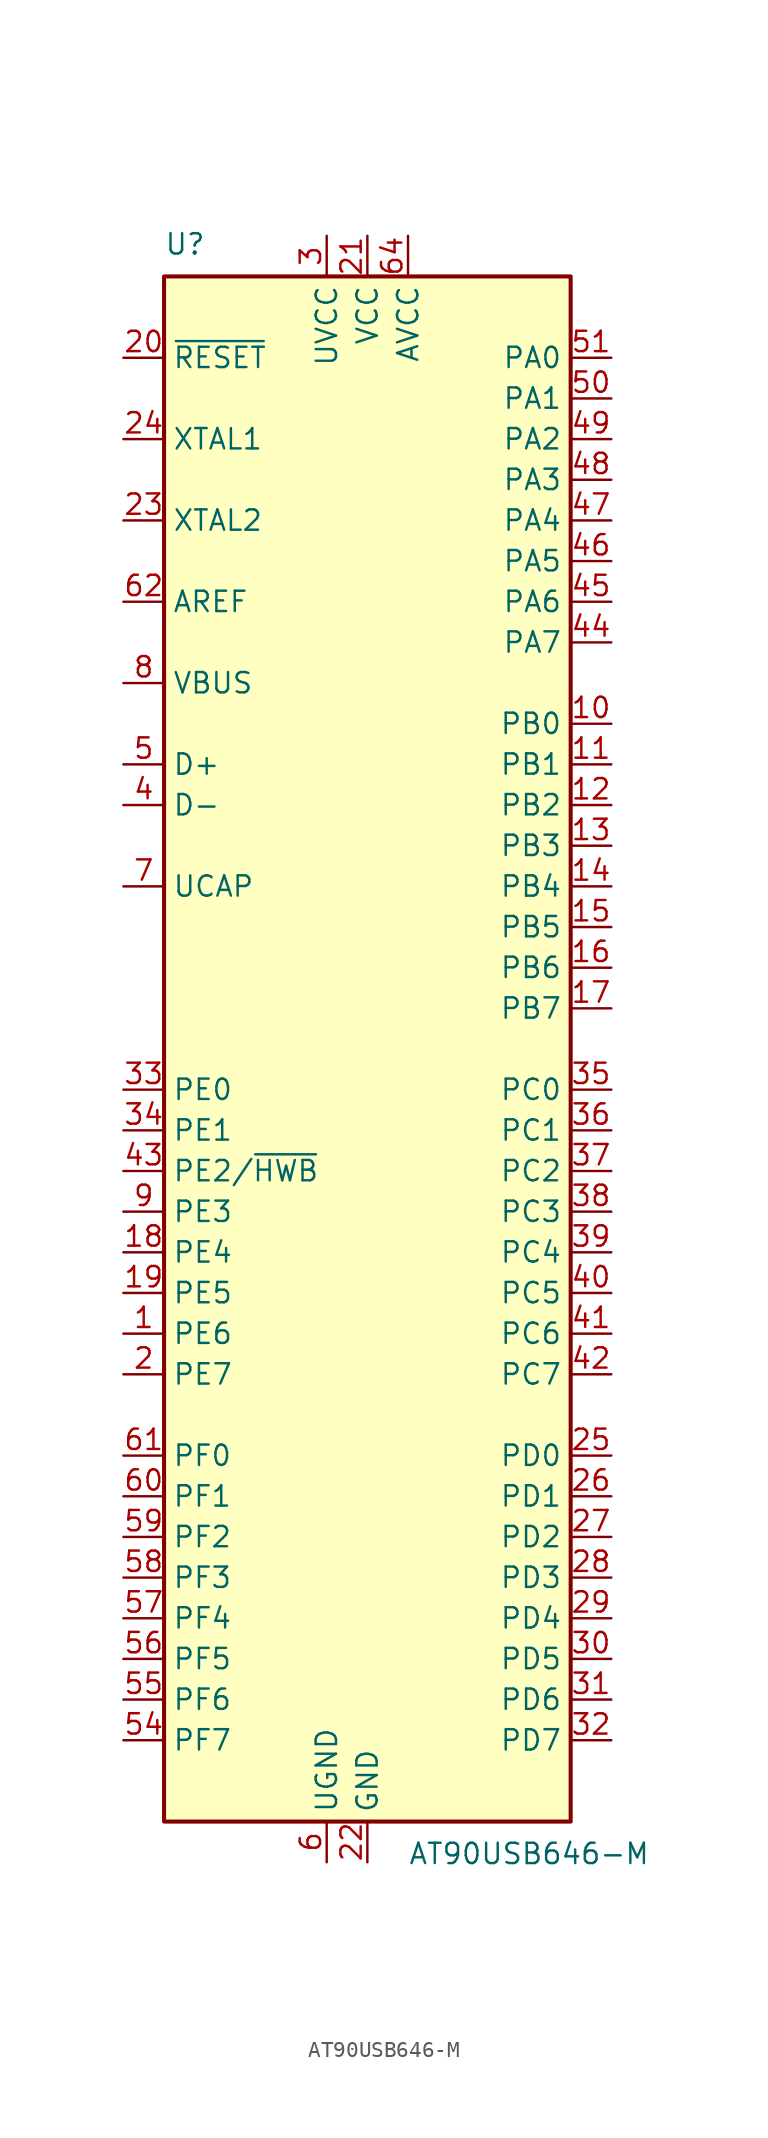
<source format=kicad_sym>
(kicad_symbol_lib
  (version 20201005)
  (generator kicad_symbol_editor)
  (symbol "MCU_Microchip_AVR:AT90USB646-M"
    (property "Reference" "U"
      (at -12.7 49.53 0)
      (effects (font (size 1.27 1.27)) (justify left bottom)))
    (property "Value" "AT90USB646-M"
      (at 2.54 -49.53 0)
      (effects (font (size 1.27 1.27)) (justify left top)))
    (symbol "AT90USB646-M_0_1"
      (rectangle (start -12.7 -48.26) (end 12.7 48.26) (stroke (width 0.254)) (fill (type background))))
    (symbol "AT90USB646-M_1_1"
      (pin bidirectional line (at -15.24 -17.78 0) (length 2.54) (name "PE6" (effects (font (size 1.27 1.27)))) (number "1" (effects (font (size 1.27 1.27)))))
      (pin bidirectional line (at 15.24 20.32 180) (length 2.54) (name "PB0" (effects (font (size 1.27 1.27)))) (number "10" (effects (font (size 1.27 1.27)))))
      (pin bidirectional line (at 15.24 17.78 180) (length 2.54) (name "PB1" (effects (font (size 1.27 1.27)))) (number "11" (effects (font (size 1.27 1.27)))))
      (pin bidirectional line (at 15.24 15.24 180) (length 2.54) (name "PB2" (effects (font (size 1.27 1.27)))) (number "12" (effects (font (size 1.27 1.27)))))
      (pin bidirectional line (at 15.24 12.7 180) (length 2.54) (name "PB3" (effects (font (size 1.27 1.27)))) (number "13" (effects (font (size 1.27 1.27)))))
      (pin bidirectional line (at 15.24 10.16 180) (length 2.54) (name "PB4" (effects (font (size 1.27 1.27)))) (number "14" (effects (font (size 1.27 1.27)))))
      (pin bidirectional line (at 15.24 7.62 180) (length 2.54) (name "PB5" (effects (font (size 1.27 1.27)))) (number "15" (effects (font (size 1.27 1.27)))))
      (pin bidirectional line (at 15.24 5.08 180) (length 2.54) (name "PB6" (effects (font (size 1.27 1.27)))) (number "16" (effects (font (size 1.27 1.27)))))
      (pin bidirectional line (at 15.24 2.54 180) (length 2.54) (name "PB7" (effects (font (size 1.27 1.27)))) (number "17" (effects (font (size 1.27 1.27)))))
      (pin bidirectional line (at -15.24 -12.7 0) (length 2.54) (name "PE4" (effects (font (size 1.27 1.27)))) (number "18" (effects (font (size 1.27 1.27)))))
      (pin bidirectional line (at -15.24 -15.24 0) (length 2.54) (name "PE5" (effects (font (size 1.27 1.27)))) (number "19" (effects (font (size 1.27 1.27)))))
      (pin bidirectional line (at -15.24 -20.32 0) (length 2.54) (name "PE7" (effects (font (size 1.27 1.27)))) (number "2" (effects (font (size 1.27 1.27)))))
      (pin input line (at -15.24 43.18 0) (length 2.54) (name "~RESET" (effects (font (size 1.27 1.27)))) (number "20" (effects (font (size 1.27 1.27)))))
      (pin power_in line (at 0 50.8 270) (length 2.54) (name "VCC" (effects (font (size 1.27 1.27)))) (number "21" (effects (font (size 1.27 1.27)))))
      (pin power_in line (at 0 -50.8 90) (length 2.54) (name "GND" (effects (font (size 1.27 1.27)))) (number "22" (effects (font (size 1.27 1.27)))))
      (pin output line (at -15.24 33.02 0) (length 2.54) (name "XTAL2" (effects (font (size 1.27 1.27)))) (number "23" (effects (font (size 1.27 1.27)))))
      (pin input line (at -15.24 38.1 0) (length 2.54) (name "XTAL1" (effects (font (size 1.27 1.27)))) (number "24" (effects (font (size 1.27 1.27)))))
      (pin bidirectional line (at 15.24 -25.4 180) (length 2.54) (name "PD0" (effects (font (size 1.27 1.27)))) (number "25" (effects (font (size 1.27 1.27)))))
      (pin bidirectional line (at 15.24 -27.94 180) (length 2.54) (name "PD1" (effects (font (size 1.27 1.27)))) (number "26" (effects (font (size 1.27 1.27)))))
      (pin bidirectional line (at 15.24 -30.48 180) (length 2.54) (name "PD2" (effects (font (size 1.27 1.27)))) (number "27" (effects (font (size 1.27 1.27)))))
      (pin bidirectional line (at 15.24 -33.02 180) (length 2.54) (name "PD3" (effects (font (size 1.27 1.27)))) (number "28" (effects (font (size 1.27 1.27)))))
      (pin bidirectional line (at 15.24 -35.56 180) (length 2.54) (name "PD4" (effects (font (size 1.27 1.27)))) (number "29" (effects (font (size 1.27 1.27)))))
      (pin power_in line (at -2.54 50.8 270) (length 2.54) (name "UVCC" (effects (font (size 1.27 1.27)))) (number "3" (effects (font (size 1.27 1.27)))))
      (pin bidirectional line (at 15.24 -38.1 180) (length 2.54) (name "PD5" (effects (font (size 1.27 1.27)))) (number "30" (effects (font (size 1.27 1.27)))))
      (pin bidirectional line (at 15.24 -40.64 180) (length 2.54) (name "PD6" (effects (font (size 1.27 1.27)))) (number "31" (effects (font (size 1.27 1.27)))))
      (pin bidirectional line (at 15.24 -43.18 180) (length 2.54) (name "PD7" (effects (font (size 1.27 1.27)))) (number "32" (effects (font (size 1.27 1.27)))))
      (pin bidirectional line (at -15.24 -2.54 0) (length 2.54) (name "PE0" (effects (font (size 1.27 1.27)))) (number "33" (effects (font (size 1.27 1.27)))))
      (pin bidirectional line (at -15.24 -5.08 0) (length 2.54) (name "PE1" (effects (font (size 1.27 1.27)))) (number "34" (effects (font (size 1.27 1.27)))))
      (pin bidirectional line (at 15.24 -2.54 180) (length 2.54) (name "PC0" (effects (font (size 1.27 1.27)))) (number "35" (effects (font (size 1.27 1.27)))))
      (pin bidirectional line (at 15.24 -5.08 180) (length 2.54) (name "PC1" (effects (font (size 1.27 1.27)))) (number "36" (effects (font (size 1.27 1.27)))))
      (pin bidirectional line (at 15.24 -7.62 180) (length 2.54) (name "PC2" (effects (font (size 1.27 1.27)))) (number "37" (effects (font (size 1.27 1.27)))))
      (pin bidirectional line (at 15.24 -10.16 180) (length 2.54) (name "PC3" (effects (font (size 1.27 1.27)))) (number "38" (effects (font (size 1.27 1.27)))))
      (pin bidirectional line (at 15.24 -12.7 180) (length 2.54) (name "PC4" (effects (font (size 1.27 1.27)))) (number "39" (effects (font (size 1.27 1.27)))))
      (pin bidirectional line (at -15.24 15.24 0) (length 2.54) (name "D-" (effects (font (size 1.27 1.27)))) (number "4" (effects (font (size 1.27 1.27)))))
      (pin bidirectional line (at 15.24 -15.24 180) (length 2.54) (name "PC5" (effects (font (size 1.27 1.27)))) (number "40" (effects (font (size 1.27 1.27)))))
      (pin bidirectional line (at 15.24 -17.78 180) (length 2.54) (name "PC6" (effects (font (size 1.27 1.27)))) (number "41" (effects (font (size 1.27 1.27)))))
      (pin bidirectional line (at 15.24 -20.32 180) (length 2.54) (name "PC7" (effects (font (size 1.27 1.27)))) (number "42" (effects (font (size 1.27 1.27)))))
      (pin bidirectional line (at -15.24 -7.62 0) (length 2.54) (name "PE2/~HWB" (effects (font (size 1.27 1.27)))) (number "43" (effects (font (size 1.27 1.27)))))
      (pin bidirectional line (at 15.24 25.4 180) (length 2.54) (name "PA7" (effects (font (size 1.27 1.27)))) (number "44" (effects (font (size 1.27 1.27)))))
      (pin bidirectional line (at 15.24 27.94 180) (length 2.54) (name "PA6" (effects (font (size 1.27 1.27)))) (number "45" (effects (font (size 1.27 1.27)))))
      (pin bidirectional line (at 15.24 30.48 180) (length 2.54) (name "PA5" (effects (font (size 1.27 1.27)))) (number "46" (effects (font (size 1.27 1.27)))))
      (pin bidirectional line (at 15.24 33.02 180) (length 2.54) (name "PA4" (effects (font (size 1.27 1.27)))) (number "47" (effects (font (size 1.27 1.27)))))
      (pin bidirectional line (at 15.24 35.56 180) (length 2.54) (name "PA3" (effects (font (size 1.27 1.27)))) (number "48" (effects (font (size 1.27 1.27)))))
      (pin bidirectional line (at 15.24 38.1 180) (length 2.54) (name "PA2" (effects (font (size 1.27 1.27)))) (number "49" (effects (font (size 1.27 1.27)))))
      (pin bidirectional line (at -15.24 17.78 0) (length 2.54) (name "D+" (effects (font (size 1.27 1.27)))) (number "5" (effects (font (size 1.27 1.27)))))
      (pin bidirectional line (at 15.24 40.64 180) (length 2.54) (name "PA1" (effects (font (size 1.27 1.27)))) (number "50" (effects (font (size 1.27 1.27)))))
      (pin bidirectional line (at 15.24 43.18 180) (length 2.54) (name "PA0" (effects (font (size 1.27 1.27)))) (number "51" (effects (font (size 1.27 1.27)))))
      (pin passive line (at 0 50.8 270) (length 2.54) hide (name "VCC" (effects (font (size 1.27 1.27)))) (number "52" (effects (font (size 1.27 1.27)))))
      (pin passive line (at 0 -50.8 90) (length 2.54) hide (name "GND" (effects (font (size 1.27 1.27)))) (number "53" (effects (font (size 1.27 1.27)))))
      (pin bidirectional line (at -15.24 -43.18 0) (length 2.54) (name "PF7" (effects (font (size 1.27 1.27)))) (number "54" (effects (font (size 1.27 1.27)))))
      (pin bidirectional line (at -15.24 -40.64 0) (length 2.54) (name "PF6" (effects (font (size 1.27 1.27)))) (number "55" (effects (font (size 1.27 1.27)))))
      (pin bidirectional line (at -15.24 -38.1 0) (length 2.54) (name "PF5" (effects (font (size 1.27 1.27)))) (number "56" (effects (font (size 1.27 1.27)))))
      (pin bidirectional line (at -15.24 -35.56 0) (length 2.54) (name "PF4" (effects (font (size 1.27 1.27)))) (number "57" (effects (font (size 1.27 1.27)))))
      (pin bidirectional line (at -15.24 -33.02 0) (length 2.54) (name "PF3" (effects (font (size 1.27 1.27)))) (number "58" (effects (font (size 1.27 1.27)))))
      (pin bidirectional line (at -15.24 -30.48 0) (length 2.54) (name "PF2" (effects (font (size 1.27 1.27)))) (number "59" (effects (font (size 1.27 1.27)))))
      (pin power_in line (at -2.54 -50.8 90) (length 2.54) (name "UGND" (effects (font (size 1.27 1.27)))) (number "6" (effects (font (size 1.27 1.27)))))
      (pin bidirectional line (at -15.24 -27.94 0) (length 2.54) (name "PF1" (effects (font (size 1.27 1.27)))) (number "60" (effects (font (size 1.27 1.27)))))
      (pin bidirectional line (at -15.24 -25.4 0) (length 2.54) (name "PF0" (effects (font (size 1.27 1.27)))) (number "61" (effects (font (size 1.27 1.27)))))
      (pin passive line (at -15.24 27.94 0) (length 2.54) (name "AREF" (effects (font (size 1.27 1.27)))) (number "62" (effects (font (size 1.27 1.27)))))
      (pin passive line (at 0 -50.8 90) (length 2.54) hide (name "GND" (effects (font (size 1.27 1.27)))) (number "63" (effects (font (size 1.27 1.27)))))
      (pin power_in line (at 2.54 50.8 270) (length 2.54) (name "AVCC" (effects (font (size 1.27 1.27)))) (number "64" (effects (font (size 1.27 1.27)))))
      (pin passive line (at 0 -50.8 90) (length 2.54) hide (name "GND" (effects (font (size 1.27 1.27)))) (number "65" (effects (font (size 1.27 1.27)))))
      (pin passive line (at -15.24 10.16 0) (length 2.54) (name "UCAP" (effects (font (size 1.27 1.27)))) (number "7" (effects (font (size 1.27 1.27)))))
      (pin input line (at -15.24 22.86 0) (length 2.54) (name "VBUS" (effects (font (size 1.27 1.27)))) (number "8" (effects (font (size 1.27 1.27)))))
      (pin bidirectional line (at -15.24 -10.16 0) (length 2.54) (name "PE3" (effects (font (size 1.27 1.27)))) (number "9" (effects (font (size 1.27 1.27))))))))
</source>
